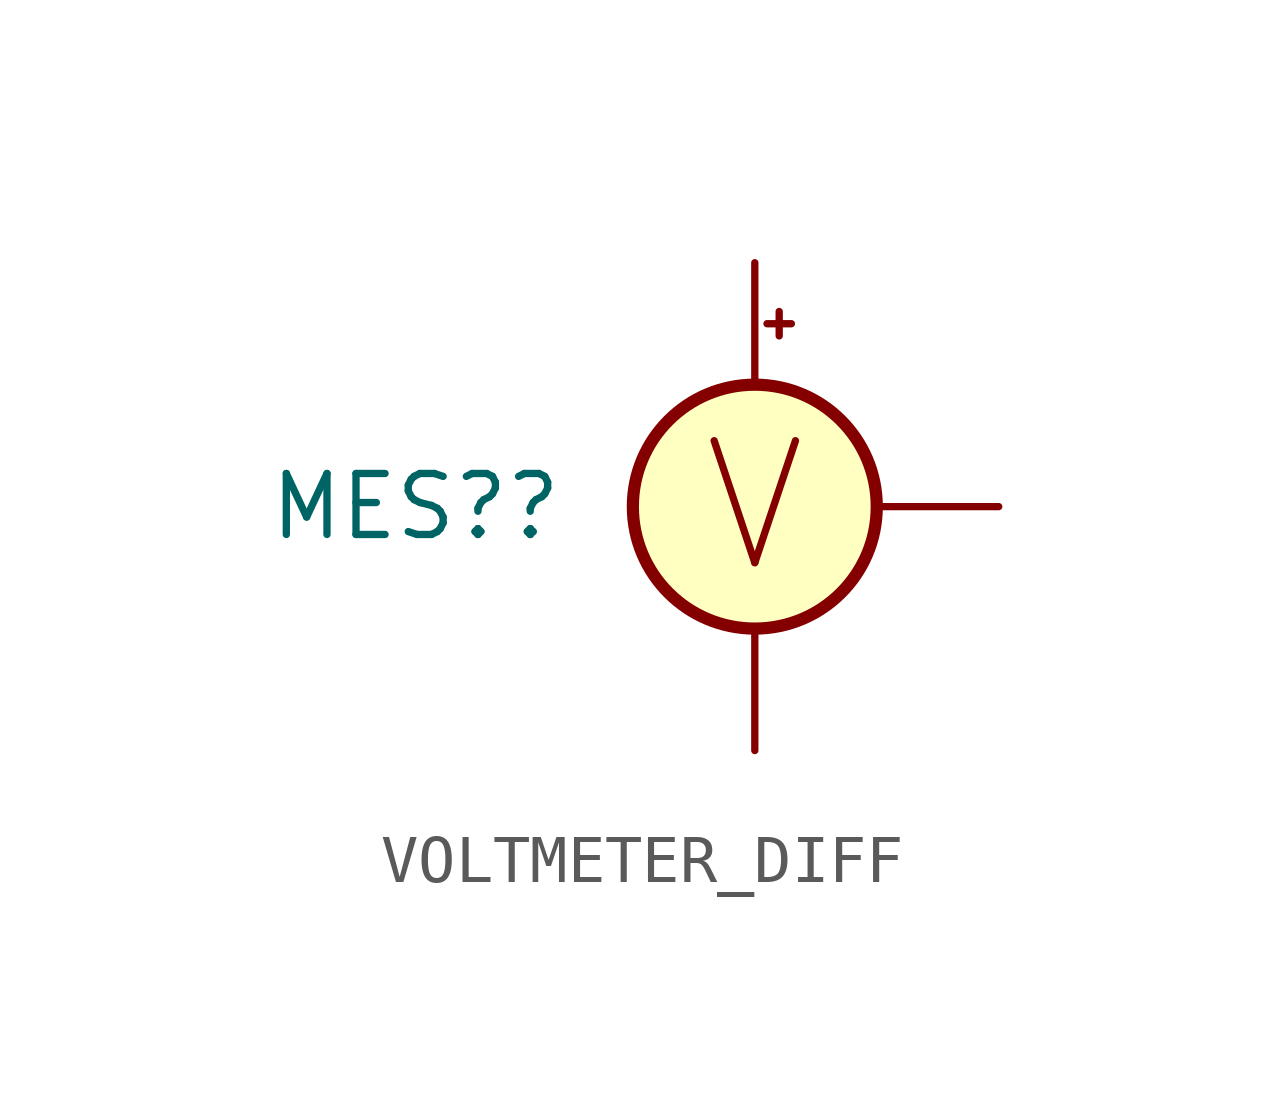
<source format=kicad_sym>
(kicad_symbol_lib
  (version 20231120)
  (generator "kicad_symbol_editor")
  (generator_version "8.0")
  (symbol "VOLTMETER_DIFF"
    (pin_numbers hide)
    (pin_names
      (offset 0.025) hide)
    (property "Reference" "MES?"
      (at -10.16 0 0)
      (effects (font (size 1.27 1.27)) (justify left)))
    (symbol "VOLTMETER_DIFF_0_0"
      (text "V" (at 0 0 0) (effects (font (size 2.54 2.54)))))
    (symbol "VOLTMETER_DIFF_0_1"
      (polyline (pts (xy 0.254 3.81) (xy 0.762 3.81)) (stroke (width 0) (type default)) (fill (type none)))
      (polyline (pts (xy 0.508 4.064) (xy 0.508 3.556)) (stroke (width 0) (type default)) (fill (type none)))
      (circle (center 0 0) (radius 2.54) (stroke (width 0.254) (type default)) (fill (type background))))
    (symbol "VOLTMETER_DIFF_1_1"
      (pin passive line (at 0 5.08 270) (length 2.54) (name "+" (effects (font (size 1.27 1.27)))) (number "1" (effects (font (size 1.27 1.27)))))
      (pin passive line (at 0 -5.08 90) (length 2.54) (name "-" (effects (font (size 1.27 1.27)))) (number "2" (effects (font (size 1.27 1.27)))))
      (pin output line (at 5.08 0 180) (length 2.54) (name "out" (effects (font (size 1.27 1.27)))) (number "3" (effects (font (size 1.27 1.27))))))))
</source>
